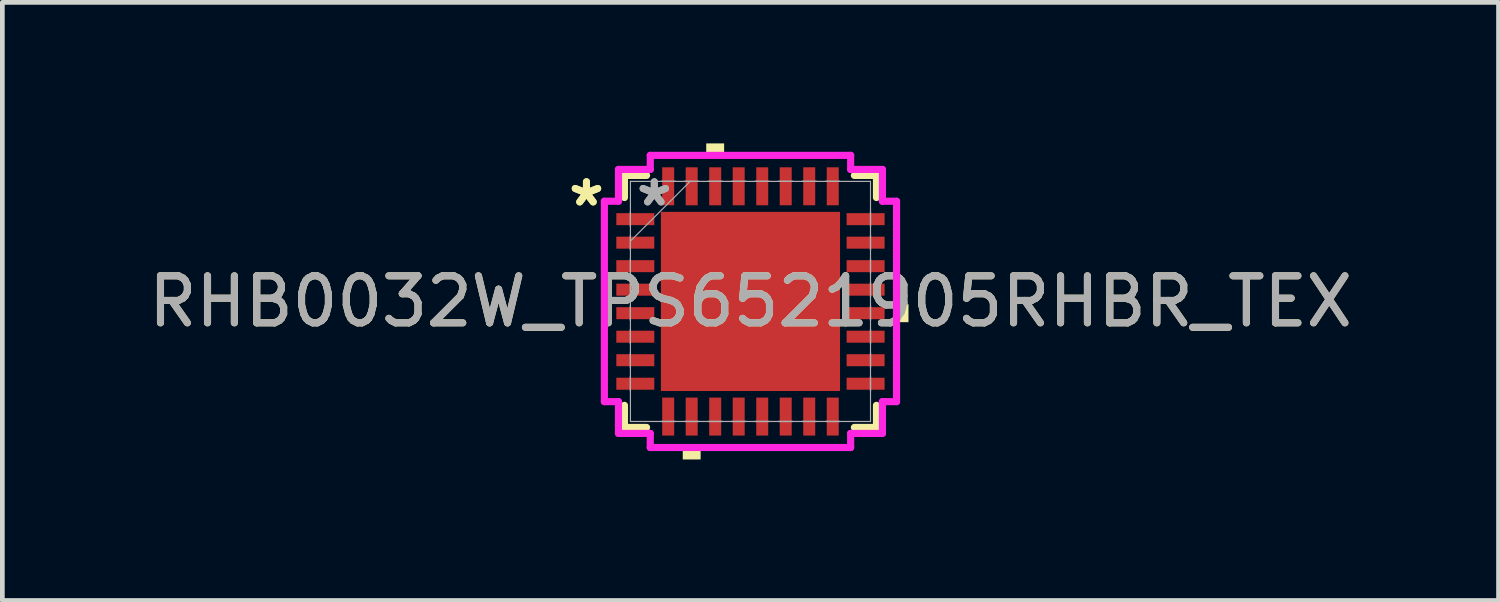
<source format=kicad_pcb>
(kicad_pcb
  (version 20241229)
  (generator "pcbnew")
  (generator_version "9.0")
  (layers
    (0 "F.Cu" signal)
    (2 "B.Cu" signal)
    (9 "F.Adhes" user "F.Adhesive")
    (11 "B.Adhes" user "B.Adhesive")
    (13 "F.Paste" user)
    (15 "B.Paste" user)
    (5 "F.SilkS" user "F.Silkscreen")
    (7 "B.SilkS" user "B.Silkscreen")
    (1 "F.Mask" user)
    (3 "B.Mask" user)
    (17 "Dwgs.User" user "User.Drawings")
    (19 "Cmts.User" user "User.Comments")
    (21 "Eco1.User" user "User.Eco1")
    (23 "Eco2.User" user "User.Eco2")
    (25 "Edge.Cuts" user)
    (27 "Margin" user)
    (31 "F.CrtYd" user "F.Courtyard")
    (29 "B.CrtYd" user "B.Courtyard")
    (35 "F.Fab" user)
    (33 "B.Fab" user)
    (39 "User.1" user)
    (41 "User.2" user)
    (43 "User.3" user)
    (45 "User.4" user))
  (footprint "RHB0032W_TPS6521905RHBR_TEX"
    (layer "F.Cu")
    (at 12.911 3.361)
    (property "Reference" "RHB0032W_TPS6521905RHBR_TEX" (at 0 0 0) (unlocked yes) (layer "F.SilkS") (effects (font (size 1 1) (thickness 0.15))))
    (attr smd)
    (fp_line (start -2.68 -2.68) (end -2.68 -2.21) (stroke (width 0.152) (type solid)) (layer "F.SilkS"))
    (fp_line (start -2.68 2.21) (end -2.68 2.68) (stroke (width 0.152) (type solid)) (layer "F.SilkS"))
    (fp_line (start -2.68 2.68) (end -2.21 2.68) (stroke (width 0.152) (type solid)) (layer "F.SilkS"))
    (fp_line (start -2.21 -2.68) (end -2.68 -2.68) (stroke (width 0.152) (type solid)) (layer "F.SilkS"))
    (fp_line (start 2.21 2.68) (end 2.68 2.68) (stroke (width 0.152) (type solid)) (layer "F.SilkS"))
    (fp_line (start 2.68 -2.68) (end 2.21 -2.68) (stroke (width 0.152) (type solid)) (layer "F.SilkS"))
    (fp_line (start 2.68 -2.21) (end 2.68 -2.68) (stroke (width 0.152) (type solid)) (layer "F.SilkS"))
    (fp_line (start 2.68 2.68) (end 2.68 2.21) (stroke (width 0.152) (type solid)) (layer "F.SilkS"))
    (fp_poly (pts (xy -1.44 3.107) (xy -1.44 3.361) (xy -1.06 3.361) (xy -1.06 3.107)) (stroke (width 0) (type solid)) (fill yes) (layer "F.SilkS"))
    (fp_poly (pts (xy -0.941 -3.107) (xy -0.941 -3.361) (xy -0.56 -3.361) (xy -0.56 -3.107)) (stroke (width 0) (type solid)) (fill yes) (layer "F.SilkS"))
    (fp_poly (pts (xy 3.361 0.059) (xy 3.361 0.441) (xy 3.107 0.441) (xy 3.107 0.059)) (stroke (width 0) (type solid)) (fill yes) (layer "F.SilkS"))
    (fp_poly (pts (xy -1.805 -1.805) (xy -1.805 -0.735) (xy -0.735 -0.735) (xy -0.735 -1.805)) (stroke (width 0) (type solid)) (fill yes) (layer "F.Paste"))
    (fp_poly (pts (xy -1.805 -0.535) (xy -1.805 0.535) (xy -0.735 0.535) (xy -0.735 -0.535)) (stroke (width 0) (type solid)) (fill yes) (layer "F.Paste"))
    (fp_poly (pts (xy -1.805 0.735) (xy -1.805 1.805) (xy -0.735 1.805) (xy -0.735 0.735)) (stroke (width 0) (type solid)) (fill yes) (layer "F.Paste"))
    (fp_poly (pts (xy -0.535 -1.805) (xy -0.535 -0.735) (xy 0.535 -0.735) (xy 0.535 -1.805)) (stroke (width 0) (type solid)) (fill yes) (layer "F.Paste"))
    (fp_poly (pts (xy -0.535 -0.535) (xy -0.535 0.535) (xy 0.535 0.535) (xy 0.535 -0.535)) (stroke (width 0) (type solid)) (fill yes) (layer "F.Paste"))
    (fp_poly (pts (xy -0.535 0.735) (xy -0.535 1.805) (xy 0.535 1.805) (xy 0.535 0.735)) (stroke (width 0) (type solid)) (fill yes) (layer "F.Paste"))
    (fp_poly (pts (xy 0.735 -1.805) (xy 0.735 -0.735) (xy 1.805 -0.735) (xy 1.805 -1.805)) (stroke (width 0) (type solid)) (fill yes) (layer "F.Paste"))
    (fp_poly (pts (xy 0.735 -0.535) (xy 0.735 0.535) (xy 1.805 0.535) (xy 1.805 -0.535)) (stroke (width 0) (type solid)) (fill yes) (layer "F.Paste"))
    (fp_poly (pts (xy 0.735 0.735) (xy 0.735 1.805) (xy 1.805 1.805) (xy 1.805 0.735)) (stroke (width 0) (type solid)) (fill yes) (layer "F.Paste"))
    (fp_line (start -3.107 -2.131) (end -2.807 -2.131) (stroke (width 0.152) (type solid)) (layer "F.CrtYd"))
    (fp_line (start -3.107 2.131) (end -3.107 -2.131) (stroke (width 0.152) (type solid)) (layer "F.CrtYd"))
    (fp_line (start -2.807 -2.807) (end -2.131 -2.807) (stroke (width 0.152) (type solid)) (layer "F.CrtYd"))
    (fp_line (start -2.807 -2.131) (end -2.807 -2.807) (stroke (width 0.152) (type solid)) (layer "F.CrtYd"))
    (fp_line (start -2.807 2.131) (end -3.107 2.131) (stroke (width 0.152) (type solid)) (layer "F.CrtYd"))
    (fp_line (start -2.807 2.807) (end -2.807 2.131) (stroke (width 0.152) (type solid)) (layer "F.CrtYd"))
    (fp_line (start -2.131 -3.107) (end 2.131 -3.107) (stroke (width 0.152) (type solid)) (layer "F.CrtYd"))
    (fp_line (start -2.131 -2.807) (end -2.131 -3.107) (stroke (width 0.152) (type solid)) (layer "F.CrtYd"))
    (fp_line (start -2.131 2.807) (end -2.807 2.807) (stroke (width 0.152) (type solid)) (layer "F.CrtYd"))
    (fp_line (start -2.131 3.107) (end -2.131 2.807) (stroke (width 0.152) (type solid)) (layer "F.CrtYd"))
    (fp_line (start 2.131 -3.107) (end 2.131 -2.807) (stroke (width 0.152) (type solid)) (layer "F.CrtYd"))
    (fp_line (start 2.131 -2.807) (end 2.807 -2.807) (stroke (width 0.152) (type solid)) (layer "F.CrtYd"))
    (fp_line (start 2.131 2.807) (end 2.131 3.107) (stroke (width 0.152) (type solid)) (layer "F.CrtYd"))
    (fp_line (start 2.131 3.107) (end -2.131 3.107) (stroke (width 0.152) (type solid)) (layer "F.CrtYd"))
    (fp_line (start 2.807 -2.807) (end 2.807 -2.131) (stroke (width 0.152) (type solid)) (layer "F.CrtYd"))
    (fp_line (start 2.807 -2.131) (end 3.107 -2.131) (stroke (width 0.152) (type solid)) (layer "F.CrtYd"))
    (fp_line (start 2.807 2.131) (end 2.807 2.807) (stroke (width 0.152) (type solid)) (layer "F.CrtYd"))
    (fp_line (start 2.807 2.807) (end 2.131 2.807) (stroke (width 0.152) (type solid)) (layer "F.CrtYd"))
    (fp_line (start 3.107 -2.131) (end 3.107 2.131) (stroke (width 0.152) (type solid)) (layer "F.CrtYd"))
    (fp_line (start 3.107 2.131) (end 2.807 2.131) (stroke (width 0.152) (type solid)) (layer "F.CrtYd"))
    (fp_line (start -2.553 -2.553) (end -2.553 -2.553) (stroke (width 0.025) (type solid)) (layer "F.Fab"))
    (fp_line (start -2.553 -2.553) (end -2.553 2.553) (stroke (width 0.025) (type solid)) (layer "F.Fab"))
    (fp_line (start -2.553 -1.902) (end -2.553 -1.902) (stroke (width 0.025) (type solid)) (layer "F.Fab"))
    (fp_line (start -2.553 -1.902) (end -2.553 -1.598) (stroke (width 0.025) (type solid)) (layer "F.Fab"))
    (fp_line (start -2.553 -1.598) (end -2.553 -1.902) (stroke (width 0.025) (type solid)) (layer "F.Fab"))
    (fp_line (start -2.553 -1.598) (end -2.553 -1.598) (stroke (width 0.025) (type solid)) (layer "F.Fab"))
    (fp_line (start -2.553 -1.402) (end -2.553 -1.402) (stroke (width 0.025) (type solid)) (layer "F.Fab"))
    (fp_line (start -2.553 -1.402) (end -2.553 -1.098) (stroke (width 0.025) (type solid)) (layer "F.Fab"))
    (fp_line (start -2.553 -1.283) (end -1.283 -2.553) (stroke (width 0.025) (type solid)) (layer "F.Fab"))
    (fp_line (start -2.553 -1.098) (end -2.553 -1.402) (stroke (width 0.025) (type solid)) (layer "F.Fab"))
    (fp_line (start -2.553 -1.098) (end -2.553 -1.098) (stroke (width 0.025) (type solid)) (layer "F.Fab"))
    (fp_line (start -2.553 -0.902) (end -2.553 -0.902) (stroke (width 0.025) (type solid)) (layer "F.Fab"))
    (fp_line (start -2.553 -0.902) (end -2.553 -0.598) (stroke (width 0.025) (type solid)) (layer "F.Fab"))
    (fp_line (start -2.553 -0.598) (end -2.553 -0.902) (stroke (width 0.025) (type solid)) (layer "F.Fab"))
    (fp_line (start -2.553 -0.598) (end -2.553 -0.598) (stroke (width 0.025) (type solid)) (layer "F.Fab"))
    (fp_line (start -2.553 -0.402) (end -2.553 -0.402) (stroke (width 0.025) (type solid)) (layer "F.Fab"))
    (fp_line (start -2.553 -0.402) (end -2.553 -0.098) (stroke (width 0.025) (type solid)) (layer "F.Fab"))
    (fp_line (start -2.553 -0.098) (end -2.553 -0.402) (stroke (width 0.025) (type solid)) (layer "F.Fab"))
    (fp_line (start -2.553 -0.098) (end -2.553 -0.098) (stroke (width 0.025) (type solid)) (layer "F.Fab"))
    (fp_line (start -2.553 0.098) (end -2.553 0.098) (stroke (width 0.025) (type solid)) (layer "F.Fab"))
    (fp_line (start -2.553 0.098) (end -2.553 0.402) (stroke (width 0.025) (type solid)) (layer "F.Fab"))
    (fp_line (start -2.553 0.402) (end -2.553 0.098) (stroke (width 0.025) (type solid)) (layer "F.Fab"))
    (fp_line (start -2.553 0.402) (end -2.553 0.402) (stroke (width 0.025) (type solid)) (layer "F.Fab"))
    (fp_line (start -2.553 0.598) (end -2.553 0.598) (stroke (width 0.025) (type solid)) (layer "F.Fab"))
    (fp_line (start -2.553 0.598) (end -2.553 0.902) (stroke (width 0.025) (type solid)) (layer "F.Fab"))
    (fp_line (start -2.553 0.902) (end -2.553 0.598) (stroke (width 0.025) (type solid)) (layer "F.Fab"))
    (fp_line (start -2.553 0.902) (end -2.553 0.902) (stroke (width 0.025) (type solid)) (layer "F.Fab"))
    (fp_line (start -2.553 1.098) (end -2.553 1.098) (stroke (width 0.025) (type solid)) (layer "F.Fab"))
    (fp_line (start -2.553 1.098) (end -2.553 1.402) (stroke (width 0.025) (type solid)) (layer "F.Fab"))
    (fp_line (start -2.553 1.402) (end -2.553 1.098) (stroke (width 0.025) (type solid)) (layer "F.Fab"))
    (fp_line (start -2.553 1.402) (end -2.553 1.402) (stroke (width 0.025) (type solid)) (layer "F.Fab"))
    (fp_line (start -2.553 1.598) (end -2.553 1.598) (stroke (width 0.025) (type solid)) (layer "F.Fab"))
    (fp_line (start -2.553 1.598) (end -2.553 1.902) (stroke (width 0.025) (type solid)) (layer "F.Fab"))
    (fp_line (start -2.553 1.902) (end -2.553 1.598) (stroke (width 0.025) (type solid)) (layer "F.Fab"))
    (fp_line (start -2.553 1.902) (end -2.553 1.902) (stroke (width 0.025) (type solid)) (layer "F.Fab"))
    (fp_line (start -2.553 2.553) (end -2.553 2.553) (stroke (width 0.025) (type solid)) (layer "F.Fab"))
    (fp_line (start -2.553 2.553) (end 2.553 2.553) (stroke (width 0.025) (type solid)) (layer "F.Fab"))
    (fp_line (start -1.902 -2.553) (end -1.902 -2.553) (stroke (width 0.025) (type solid)) (layer "F.Fab"))
    (fp_line (start -1.902 -2.553) (end -1.598 -2.553) (stroke (width 0.025) (type solid)) (layer "F.Fab"))
    (fp_line (start -1.902 2.553) (end -1.902 2.553) (stroke (width 0.025) (type solid)) (layer "F.Fab"))
    (fp_line (start -1.902 2.553) (end -1.598 2.553) (stroke (width 0.025) (type solid)) (layer "F.Fab"))
    (fp_line (start -1.598 -2.553) (end -1.902 -2.553) (stroke (width 0.025) (type solid)) (layer "F.Fab"))
    (fp_line (start -1.598 -2.553) (end -1.598 -2.553) (stroke (width 0.025) (type solid)) (layer "F.Fab"))
    (fp_line (start -1.598 2.553) (end -1.902 2.553) (stroke (width 0.025) (type solid)) (layer "F.Fab"))
    (fp_line (start -1.598 2.553) (end -1.598 2.553) (stroke (width 0.025) (type solid)) (layer "F.Fab"))
    (fp_line (start -1.402 -2.553) (end -1.402 -2.553) (stroke (width 0.025) (type solid)) (layer "F.Fab"))
    (fp_line (start -1.402 -2.553) (end -1.098 -2.553) (stroke (width 0.025) (type solid)) (layer "F.Fab"))
    (fp_line (start -1.402 2.553) (end -1.402 2.553) (stroke (width 0.025) (type solid)) (layer "F.Fab"))
    (fp_line (start -1.402 2.553) (end -1.098 2.553) (stroke (width 0.025) (type solid)) (layer "F.Fab"))
    (fp_line (start -1.098 -2.553) (end -1.402 -2.553) (stroke (width 0.025) (type solid)) (layer "F.Fab"))
    (fp_line (start -1.098 -2.553) (end -1.098 -2.553) (stroke (width 0.025) (type solid)) (layer "F.Fab"))
    (fp_line (start -1.098 2.553) (end -1.402 2.553) (stroke (width 0.025) (type solid)) (layer "F.Fab"))
    (fp_line (start -1.098 2.553) (end -1.098 2.553) (stroke (width 0.025) (type solid)) (layer "F.Fab"))
    (fp_line (start -0.902 -2.553) (end -0.902 -2.553) (stroke (width 0.025) (type solid)) (layer "F.Fab"))
    (fp_line (start -0.902 -2.553) (end -0.598 -2.553) (stroke (width 0.025) (type solid)) (layer "F.Fab"))
    (fp_line (start -0.902 2.553) (end -0.902 2.553) (stroke (width 0.025) (type solid)) (layer "F.Fab"))
    (fp_line (start -0.902 2.553) (end -0.598 2.553) (stroke (width 0.025) (type solid)) (layer "F.Fab"))
    (fp_line (start -0.598 -2.553) (end -0.902 -2.553) (stroke (width 0.025) (type solid)) (layer "F.Fab"))
    (fp_line (start -0.598 -2.553) (end -0.598 -2.553) (stroke (width 0.025) (type solid)) (layer "F.Fab"))
    (fp_line (start -0.598 2.553) (end -0.902 2.553) (stroke (width 0.025) (type solid)) (layer "F.Fab"))
    (fp_line (start -0.598 2.553) (end -0.598 2.553) (stroke (width 0.025) (type solid)) (layer "F.Fab"))
    (fp_line (start -0.402 -2.553) (end -0.402 -2.553) (stroke (width 0.025) (type solid)) (layer "F.Fab"))
    (fp_line (start -0.402 -2.553) (end -0.098 -2.553) (stroke (width 0.025) (type solid)) (layer "F.Fab"))
    (fp_line (start -0.402 2.553) (end -0.402 2.553) (stroke (width 0.025) (type solid)) (layer "F.Fab"))
    (fp_line (start -0.402 2.553) (end -0.098 2.553) (stroke (width 0.025) (type solid)) (layer "F.Fab"))
    (fp_line (start -0.098 -2.553) (end -0.402 -2.553) (stroke (width 0.025) (type solid)) (layer "F.Fab"))
    (fp_line (start -0.098 -2.553) (end -0.098 -2.553) (stroke (width 0.025) (type solid)) (layer "F.Fab"))
    (fp_line (start -0.098 2.553) (end -0.402 2.553) (stroke (width 0.025) (type solid)) (layer "F.Fab"))
    (fp_line (start -0.098 2.553) (end -0.098 2.553) (stroke (width 0.025) (type solid)) (layer "F.Fab"))
    (fp_line (start 0.098 -2.553) (end 0.098 -2.553) (stroke (width 0.025) (type solid)) (layer "F.Fab"))
    (fp_line (start 0.098 -2.553) (end 0.402 -2.553) (stroke (width 0.025) (type solid)) (layer "F.Fab"))
    (fp_line (start 0.098 2.553) (end 0.098 2.553) (stroke (width 0.025) (type solid)) (layer "F.Fab"))
    (fp_line (start 0.098 2.553) (end 0.402 2.553) (stroke (width 0.025) (type solid)) (layer "F.Fab"))
    (fp_line (start 0.402 -2.553) (end 0.098 -2.553) (stroke (width 0.025) (type solid)) (layer "F.Fab"))
    (fp_line (start 0.402 -2.553) (end 0.402 -2.553) (stroke (width 0.025) (type solid)) (layer "F.Fab"))
    (fp_line (start 0.402 2.553) (end 0.098 2.553) (stroke (width 0.025) (type solid)) (layer "F.Fab"))
    (fp_line (start 0.402 2.553) (end 0.402 2.553) (stroke (width 0.025) (type solid)) (layer "F.Fab"))
    (fp_line (start 0.598 -2.553) (end 0.598 -2.553) (stroke (width 0.025) (type solid)) (layer "F.Fab"))
    (fp_line (start 0.598 -2.553) (end 0.902 -2.553) (stroke (width 0.025) (type solid)) (layer "F.Fab"))
    (fp_line (start 0.598 2.553) (end 0.598 2.553) (stroke (width 0.025) (type solid)) (layer "F.Fab"))
    (fp_line (start 0.598 2.553) (end 0.902 2.553) (stroke (width 0.025) (type solid)) (layer "F.Fab"))
    (fp_line (start 0.902 -2.553) (end 0.598 -2.553) (stroke (width 0.025) (type solid)) (layer "F.Fab"))
    (fp_line (start 0.902 -2.553) (end 0.902 -2.553) (stroke (width 0.025) (type solid)) (layer "F.Fab"))
    (fp_line (start 0.902 2.553) (end 0.598 2.553) (stroke (width 0.025) (type solid)) (layer "F.Fab"))
    (fp_line (start 0.902 2.553) (end 0.902 2.553) (stroke (width 0.025) (type solid)) (layer "F.Fab"))
    (fp_line (start 1.098 -2.553) (end 1.098 -2.553) (stroke (width 0.025) (type solid)) (layer "F.Fab"))
    (fp_line (start 1.098 -2.553) (end 1.402 -2.553) (stroke (width 0.025) (type solid)) (layer "F.Fab"))
    (fp_line (start 1.098 2.553) (end 1.098 2.553) (stroke (width 0.025) (type solid)) (layer "F.Fab"))
    (fp_line (start 1.098 2.553) (end 1.402 2.553) (stroke (width 0.025) (type solid)) (layer "F.Fab"))
    (fp_line (start 1.402 -2.553) (end 1.098 -2.553) (stroke (width 0.025) (type solid)) (layer "F.Fab"))
    (fp_line (start 1.402 -2.553) (end 1.402 -2.553) (stroke (width 0.025) (type solid)) (layer "F.Fab"))
    (fp_line (start 1.402 2.553) (end 1.098 2.553) (stroke (width 0.025) (type solid)) (layer "F.Fab"))
    (fp_line (start 1.402 2.553) (end 1.402 2.553) (stroke (width 0.025) (type solid)) (layer "F.Fab"))
    (fp_line (start 1.598 -2.553) (end 1.598 -2.553) (stroke (width 0.025) (type solid)) (layer "F.Fab"))
    (fp_line (start 1.598 -2.553) (end 1.902 -2.553) (stroke (width 0.025) (type solid)) (layer "F.Fab"))
    (fp_line (start 1.598 2.553) (end 1.598 2.553) (stroke (width 0.025) (type solid)) (layer "F.Fab"))
    (fp_line (start 1.598 2.553) (end 1.902 2.553) (stroke (width 0.025) (type solid)) (layer "F.Fab"))
    (fp_line (start 1.902 -2.553) (end 1.598 -2.553) (stroke (width 0.025) (type solid)) (layer "F.Fab"))
    (fp_line (start 1.902 -2.553) (end 1.902 -2.553) (stroke (width 0.025) (type solid)) (layer "F.Fab"))
    (fp_line (start 1.902 2.553) (end 1.598 2.553) (stroke (width 0.025) (type solid)) (layer "F.Fab"))
    (fp_line (start 1.902 2.553) (end 1.902 2.553) (stroke (width 0.025) (type solid)) (layer "F.Fab"))
    (fp_line (start 2.553 -2.553) (end -2.553 -2.553) (stroke (width 0.025) (type solid)) (layer "F.Fab"))
    (fp_line (start 2.553 -2.553) (end 2.553 -2.553) (stroke (width 0.025) (type solid)) (layer "F.Fab"))
    (fp_line (start 2.553 -1.902) (end 2.553 -1.902) (stroke (width 0.025) (type solid)) (layer "F.Fab"))
    (fp_line (start 2.553 -1.902) (end 2.553 -1.598) (stroke (width 0.025) (type solid)) (layer "F.Fab"))
    (fp_line (start 2.553 -1.598) (end 2.553 -1.902) (stroke (width 0.025) (type solid)) (layer "F.Fab"))
    (fp_line (start 2.553 -1.598) (end 2.553 -1.598) (stroke (width 0.025) (type solid)) (layer "F.Fab"))
    (fp_line (start 2.553 -1.402) (end 2.553 -1.402) (stroke (width 0.025) (type solid)) (layer "F.Fab"))
    (fp_line (start 2.553 -1.402) (end 2.553 -1.098) (stroke (width 0.025) (type solid)) (layer "F.Fab"))
    (fp_line (start 2.553 -1.098) (end 2.553 -1.402) (stroke (width 0.025) (type solid)) (layer "F.Fab"))
    (fp_line (start 2.553 -1.098) (end 2.553 -1.098) (stroke (width 0.025) (type solid)) (layer "F.Fab"))
    (fp_line (start 2.553 -0.902) (end 2.553 -0.902) (stroke (width 0.025) (type solid)) (layer "F.Fab"))
    (fp_line (start 2.553 -0.902) (end 2.553 -0.598) (stroke (width 0.025) (type solid)) (layer "F.Fab"))
    (fp_line (start 2.553 -0.598) (end 2.553 -0.902) (stroke (width 0.025) (type solid)) (layer "F.Fab"))
    (fp_line (start 2.553 -0.598) (end 2.553 -0.598) (stroke (width 0.025) (type solid)) (layer "F.Fab"))
    (fp_line (start 2.553 -0.402) (end 2.553 -0.402) (stroke (width 0.025) (type solid)) (layer "F.Fab"))
    (fp_line (start 2.553 -0.402) (end 2.553 -0.098) (stroke (width 0.025) (type solid)) (layer "F.Fab"))
    (fp_line (start 2.553 -0.098) (end 2.553 -0.402) (stroke (width 0.025) (type solid)) (layer "F.Fab"))
    (fp_line (start 2.553 -0.098) (end 2.553 -0.098) (stroke (width 0.025) (type solid)) (layer "F.Fab"))
    (fp_line (start 2.553 0.098) (end 2.553 0.098) (stroke (width 0.025) (type solid)) (layer "F.Fab"))
    (fp_line (start 2.553 0.098) (end 2.553 0.402) (stroke (width 0.025) (type solid)) (layer "F.Fab"))
    (fp_line (start 2.553 0.402) (end 2.553 0.098) (stroke (width 0.025) (type solid)) (layer "F.Fab"))
    (fp_line (start 2.553 0.402) (end 2.553 0.402) (stroke (width 0.025) (type solid)) (layer "F.Fab"))
    (fp_line (start 2.553 0.598) (end 2.553 0.598) (stroke (width 0.025) (type solid)) (layer "F.Fab"))
    (fp_line (start 2.553 0.598) (end 2.553 0.902) (stroke (width 0.025) (type solid)) (layer "F.Fab"))
    (fp_line (start 2.553 0.902) (end 2.553 0.598) (stroke (width 0.025) (type solid)) (layer "F.Fab"))
    (fp_line (start 2.553 0.902) (end 2.553 0.902) (stroke (width 0.025) (type solid)) (layer "F.Fab"))
    (fp_line (start 2.553 1.098) (end 2.553 1.098) (stroke (width 0.025) (type solid)) (layer "F.Fab"))
    (fp_line (start 2.553 1.098) (end 2.553 1.402) (stroke (width 0.025) (type solid)) (layer "F.Fab"))
    (fp_line (start 2.553 1.402) (end 2.553 1.098) (stroke (width 0.025) (type solid)) (layer "F.Fab"))
    (fp_line (start 2.553 1.402) (end 2.553 1.402) (stroke (width 0.025) (type solid)) (layer "F.Fab"))
    (fp_line (start 2.553 1.598) (end 2.553 1.598) (stroke (width 0.025) (type solid)) (layer "F.Fab"))
    (fp_line (start 2.553 1.598) (end 2.553 1.902) (stroke (width 0.025) (type solid)) (layer "F.Fab"))
    (fp_line (start 2.553 1.902) (end 2.553 1.598) (stroke (width 0.025) (type solid)) (layer "F.Fab"))
    (fp_line (start 2.553 1.902) (end 2.553 1.902) (stroke (width 0.025) (type solid)) (layer "F.Fab"))
    (fp_line (start 2.553 2.553) (end 2.553 -2.553) (stroke (width 0.025) (type solid)) (layer "F.Fab"))
    (fp_line (start 2.553 2.553) (end 2.553 2.553) (stroke (width 0.025) (type solid)) (layer "F.Fab"))
    (fp_text user "*" (at -3.488 -2 0) (layer "F.SilkS") (effects (font (size 1 1) (thickness 0.15))))
    (fp_text user "*" (at -3.488 -2 0) (unlocked yes) (layer "F.SilkS") (effects (font (size 1 1) (thickness 0.15))))
    (fp_text user "*" (at -2.045 -2 0) (unlocked yes) (layer "F.Fab") (effects (font (size 1 1) (thickness 0.15))))
    (fp_text user "*" (at -2.045 -2 0) (layer "F.Fab") (effects (font (size 1 1) (thickness 0.15))))
    (fp_text user "${REFERENCE}" (at 0 0 0) (unlocked yes) (layer "F.Fab") (effects (font (size 1 1) (thickness 0.15))))
    (pad "1" smd rect (at -2.449 -1.75 90) (size 0.255 0.808) (layers "F.Cu" "F.Mask" "F.Paste"))
    (pad "2" smd rect (at -2.449 -1.25 90) (size 0.255 0.808) (layers "F.Cu" "F.Mask" "F.Paste"))
    (pad "3" smd rect (at -2.449 -0.75 90) (size 0.255 0.808) (layers "F.Cu" "F.Mask" "F.Paste"))
    (pad "4" smd rect (at -2.449 -0.25 90) (size 0.255 0.808) (layers "F.Cu" "F.Mask" "F.Paste"))
    (pad "5" smd rect (at -2.449 0.25 90) (size 0.255 0.808) (layers "F.Cu" "F.Mask" "F.Paste"))
    (pad "6" smd rect (at -2.449 0.75 90) (size 0.255 0.808) (layers "F.Cu" "F.Mask" "F.Paste"))
    (pad "7" smd rect (at -2.449 1.25 90) (size 0.255 0.808) (layers "F.Cu" "F.Mask" "F.Paste"))
    (pad "8" smd rect (at -2.449 1.75 90) (size 0.255 0.808) (layers "F.Cu" "F.Mask" "F.Paste"))
    (pad "9" smd rect (at -1.75 2.449) (size 0.255 0.808) (layers "F.Cu" "F.Mask" "F.Paste"))
    (pad "10" smd rect (at -1.25 2.449) (size 0.255 0.808) (layers "F.Cu" "F.Mask" "F.Paste"))
    (pad "11" smd rect (at -0.75 2.449) (size 0.255 0.808) (layers "F.Cu" "F.Mask" "F.Paste"))
    (pad "12" smd rect (at -0.25 2.449) (size 0.255 0.808) (layers "F.Cu" "F.Mask" "F.Paste"))
    (pad "13" smd rect (at 0.25 2.449) (size 0.255 0.808) (layers "F.Cu" "F.Mask" "F.Paste"))
    (pad "14" smd rect (at 0.75 2.449) (size 0.255 0.808) (layers "F.Cu" "F.Mask" "F.Paste"))
    (pad "15" smd rect (at 1.25 2.449) (size 0.255 0.808) (layers "F.Cu" "F.Mask" "F.Paste"))
    (pad "16" smd rect (at 1.75 2.449) (size 0.255 0.808) (layers "F.Cu" "F.Mask" "F.Paste"))
    (pad "17" smd rect (at 2.449 1.75 90) (size 0.255 0.808) (layers "F.Cu" "F.Mask" "F.Paste"))
    (pad "18" smd rect (at 2.449 1.25 90) (size 0.255 0.808) (layers "F.Cu" "F.Mask" "F.Paste"))
    (pad "19" smd rect (at 2.449 0.75 90) (size 0.255 0.808) (layers "F.Cu" "F.Mask" "F.Paste"))
    (pad "20" smd rect (at 2.449 0.25 90) (size 0.255 0.808) (layers "F.Cu" "F.Mask" "F.Paste"))
    (pad "21" smd rect (at 2.449 -0.25 90) (size 0.255 0.808) (layers "F.Cu" "F.Mask" "F.Paste"))
    (pad "22" smd rect (at 2.449 -0.75 90) (size 0.255 0.808) (layers "F.Cu" "F.Mask" "F.Paste"))
    (pad "23" smd rect (at 2.449 -1.25 90) (size 0.255 0.808) (layers "F.Cu" "F.Mask" "F.Paste"))
    (pad "24" smd rect (at 2.449 -1.75 90) (size 0.255 0.808) (layers "F.Cu" "F.Mask" "F.Paste"))
    (pad "25" smd rect (at 1.75 -2.449) (size 0.255 0.808) (layers "F.Cu" "F.Mask" "F.Paste"))
    (pad "26" smd rect (at 1.25 -2.449) (size 0.255 0.808) (layers "F.Cu" "F.Mask" "F.Paste"))
    (pad "27" smd rect (at 0.75 -2.449) (size 0.255 0.808) (layers "F.Cu" "F.Mask" "F.Paste"))
    (pad "28" smd rect (at 0.25 -2.449) (size 0.255 0.808) (layers "F.Cu" "F.Mask" "F.Paste"))
    (pad "29" smd rect (at -0.25 -2.449) (size 0.255 0.808) (layers "F.Cu" "F.Mask" "F.Paste"))
    (pad "30" smd rect (at -0.75 -2.449) (size 0.255 0.808) (layers "F.Cu" "F.Mask" "F.Paste"))
    (pad "31" smd rect (at -1.25 -2.449) (size 0.255 0.808) (layers "F.Cu" "F.Mask" "F.Paste"))
    (pad "32" smd rect (at -1.75 -2.449) (size 0.255 0.808) (layers "F.Cu" "F.Mask" "F.Paste"))
    (pad "33" smd rect (at 0 0) (size 3.81 3.81) (layers "F.Cu" "F.Mask" "F.Paste")))
  (gr_rect
    (start -3 -3)
    (end 28.821 9.721)
    (stroke (width 0.1) (type default))
    (fill no)
    (layer "Edge.Cuts")))
</source>
